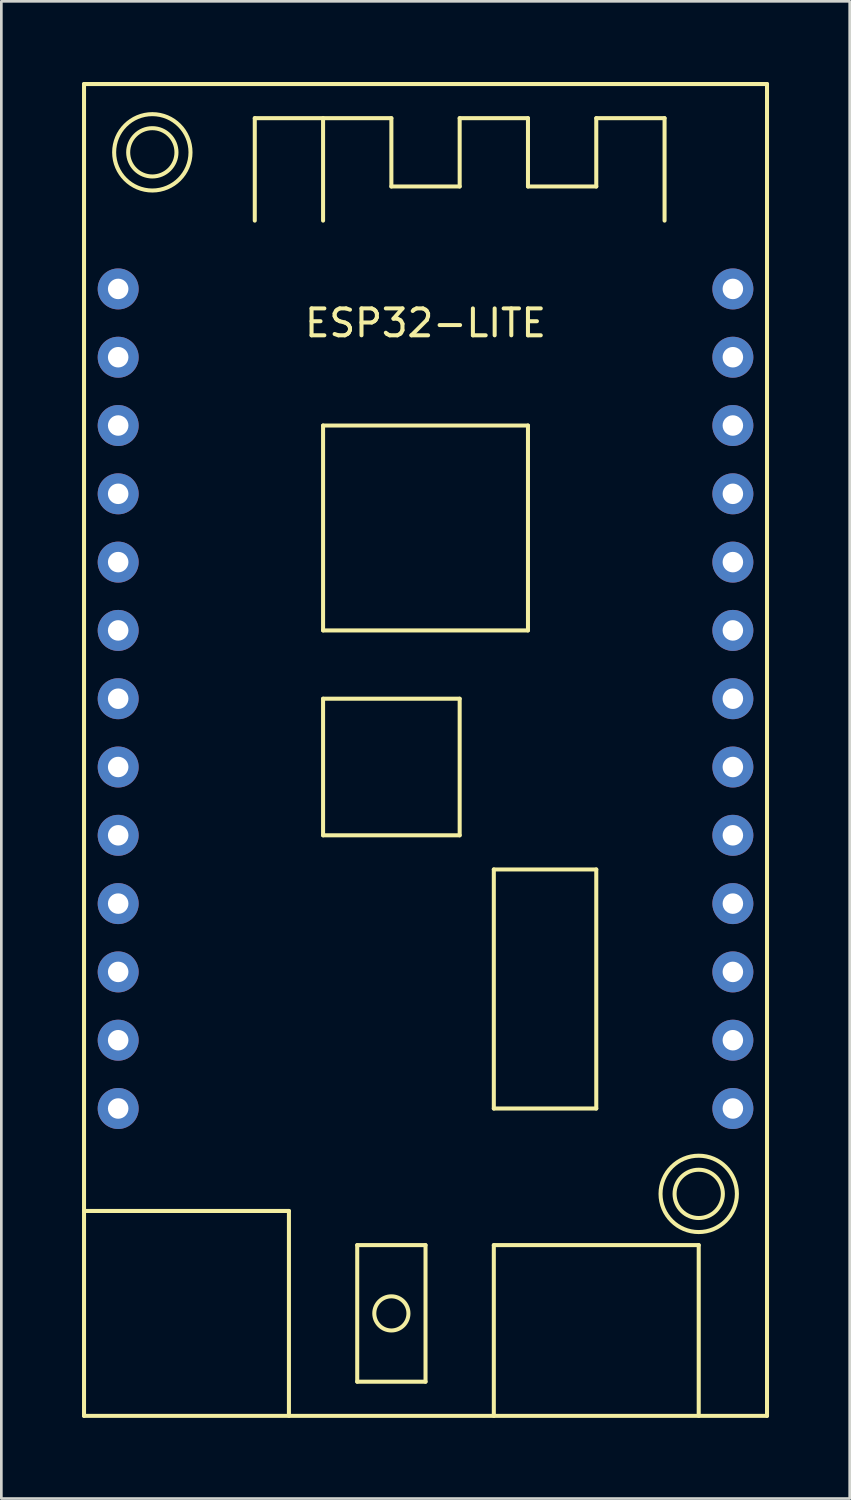
<source format=kicad_pcb>
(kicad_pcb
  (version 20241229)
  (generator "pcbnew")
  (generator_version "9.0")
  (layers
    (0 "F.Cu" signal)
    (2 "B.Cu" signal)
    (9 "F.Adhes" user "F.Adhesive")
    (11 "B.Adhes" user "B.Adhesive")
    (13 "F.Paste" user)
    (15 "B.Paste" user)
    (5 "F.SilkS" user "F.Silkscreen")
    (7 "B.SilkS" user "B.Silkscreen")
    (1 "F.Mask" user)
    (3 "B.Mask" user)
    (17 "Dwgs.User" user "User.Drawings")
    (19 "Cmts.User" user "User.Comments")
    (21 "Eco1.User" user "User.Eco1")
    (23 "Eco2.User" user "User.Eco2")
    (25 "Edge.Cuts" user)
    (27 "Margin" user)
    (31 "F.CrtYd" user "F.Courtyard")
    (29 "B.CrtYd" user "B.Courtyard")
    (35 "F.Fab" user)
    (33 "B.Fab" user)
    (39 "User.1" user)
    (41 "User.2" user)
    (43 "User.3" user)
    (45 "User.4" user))
  (footprint "ESP32-LITE"
    (layer "F.Cu")
    (at 12.775 7.695)
    (property "Reference" "ESP32-LITE" (at 0 1.27 0) (layer "F.SilkS") (effects (font (size 1 1) (thickness 0.15))))
    (attr through_hole)
    (fp_line (start -12.7 -7.62) (end -12.7 41.91) (stroke (width 0.15) (type solid)) (layer "F.SilkS"))
    (fp_line (start -12.7 -7.62) (end 12.7 -7.62) (stroke (width 0.15) (type solid)) (layer "F.SilkS"))
    (fp_line (start -12.7 34.29) (end -5.08 34.29) (stroke (width 0.15) (type solid)) (layer "F.SilkS"))
    (fp_line (start -12.7 41.91) (end 12.7 41.91) (stroke (width 0.15) (type solid)) (layer "F.SilkS"))
    (fp_line (start -6.35 -6.35) (end -6.35 -2.54) (stroke (width 0.15) (type solid)) (layer "F.SilkS"))
    (fp_line (start -6.35 -6.35) (end -1.27 -6.35) (stroke (width 0.15) (type solid)) (layer "F.SilkS"))
    (fp_line (start -5.08 34.29) (end -5.08 41.91) (stroke (width 0.15) (type solid)) (layer "F.SilkS"))
    (fp_line (start -3.81 -6.35) (end -3.81 -2.54) (stroke (width 0.15) (type solid)) (layer "F.SilkS"))
    (fp_line (start -3.81 5.08) (end 3.81 5.08) (stroke (width 0.15) (type solid)) (layer "F.SilkS"))
    (fp_line (start -3.81 12.7) (end -3.81 5.08) (stroke (width 0.15) (type solid)) (layer "F.SilkS"))
    (fp_line (start -3.81 12.7) (end 3.81 12.7) (stroke (width 0.15) (type solid)) (layer "F.SilkS"))
    (fp_line (start -3.81 15.24) (end -3.81 20.32) (stroke (width 0.15) (type solid)) (layer "F.SilkS"))
    (fp_line (start -3.81 20.32) (end 1.27 20.32) (stroke (width 0.15) (type solid)) (layer "F.SilkS"))
    (fp_line (start -2.54 35.56) (end -2.54 40.64) (stroke (width 0.15) (type solid)) (layer "F.SilkS"))
    (fp_line (start -2.54 40.64) (end 0 40.64) (stroke (width 0.15) (type solid)) (layer "F.SilkS"))
    (fp_line (start -1.27 -6.35) (end -1.27 -3.81) (stroke (width 0.15) (type solid)) (layer "F.SilkS"))
    (fp_line (start -1.27 -3.81) (end 1.27 -3.81) (stroke (width 0.15) (type solid)) (layer "F.SilkS"))
    (fp_line (start 0 35.56) (end -2.54 35.56) (stroke (width 0.15) (type solid)) (layer "F.SilkS"))
    (fp_line (start 0 40.64) (end 0 35.56) (stroke (width 0.15) (type solid)) (layer "F.SilkS"))
    (fp_line (start 1.27 -6.35) (end 3.81 -6.35) (stroke (width 0.15) (type solid)) (layer "F.SilkS"))
    (fp_line (start 1.27 -3.81) (end 1.27 -6.35) (stroke (width 0.15) (type solid)) (layer "F.SilkS"))
    (fp_line (start 1.27 15.24) (end -3.81 15.24) (stroke (width 0.15) (type solid)) (layer "F.SilkS"))
    (fp_line (start 1.27 20.32) (end 1.27 15.24) (stroke (width 0.15) (type solid)) (layer "F.SilkS"))
    (fp_line (start 2.54 21.59) (end 6.35 21.59) (stroke (width 0.15) (type solid)) (layer "F.SilkS"))
    (fp_line (start 2.54 30.48) (end 2.54 21.59) (stroke (width 0.15) (type solid)) (layer "F.SilkS"))
    (fp_line (start 2.54 35.56) (end 10.16 35.56) (stroke (width 0.15) (type solid)) (layer "F.SilkS"))
    (fp_line (start 2.54 41.91) (end 2.54 35.56) (stroke (width 0.15) (type solid)) (layer "F.SilkS"))
    (fp_line (start 3.81 -6.35) (end 3.81 -3.81) (stroke (width 0.15) (type solid)) (layer "F.SilkS"))
    (fp_line (start 3.81 -3.81) (end 6.35 -3.81) (stroke (width 0.15) (type solid)) (layer "F.SilkS"))
    (fp_line (start 3.81 5.08) (end 3.81 12.7) (stroke (width 0.15) (type solid)) (layer "F.SilkS"))
    (fp_line (start 6.35 -6.35) (end 8.89 -6.35) (stroke (width 0.15) (type solid)) (layer "F.SilkS"))
    (fp_line (start 6.35 -3.81) (end 6.35 -6.35) (stroke (width 0.15) (type solid)) (layer "F.SilkS"))
    (fp_line (start 6.35 21.59) (end 6.35 30.48) (stroke (width 0.15) (type solid)) (layer "F.SilkS"))
    (fp_line (start 6.35 30.48) (end 2.54 30.48) (stroke (width 0.15) (type solid)) (layer "F.SilkS"))
    (fp_line (start 8.89 -6.35) (end 8.89 -2.54) (stroke (width 0.15) (type solid)) (layer "F.SilkS"))
    (fp_line (start 10.16 35.56) (end 10.16 41.91) (stroke (width 0.15) (type solid)) (layer "F.SilkS"))
    (fp_line (start 12.7 -7.62) (end 12.7 41.91) (stroke (width 0.15) (type solid)) (layer "F.SilkS"))
    (fp_circle (center -10.16 -5.08) (end -9.525 -5.715) (stroke (width 0.15) (type solid)) (fill no) (layer "F.SilkS"))
    (fp_circle (center -10.16 -5.08) (end -8.89 -4.445) (stroke (width 0.15) (type solid)) (fill no) (layer "F.SilkS"))
    (fp_circle (center -1.27 38.1) (end -1.27 37.465) (stroke (width 0.15) (type solid)) (fill no) (layer "F.SilkS"))
    (fp_circle (center 10.16 33.655) (end 10.795 33.02) (stroke (width 0.15) (type solid)) (fill no) (layer "F.SilkS"))
    (fp_circle (center 10.16 33.655) (end 11.43 34.29) (stroke (width 0.15) (type solid)) (fill no) (layer "F.SilkS"))
    (pad "1" thru_hole circle (at -11.43 0) (size 1.524 1.524) (drill 0.762) (layers "*.Cu" "*.Mask"))
    (pad "2" thru_hole circle (at -11.43 2.54) (size 1.524 1.524) (drill 0.762) (layers "*.Cu" "*.Mask"))
    (pad "3" thru_hole circle (at -11.43 5.08) (size 1.524 1.524) (drill 0.762) (layers "*.Cu" "*.Mask"))
    (pad "4" thru_hole circle (at -11.43 7.62) (size 1.524 1.524) (drill 0.762) (layers "*.Cu" "*.Mask"))
    (pad "5" thru_hole circle (at -11.43 10.16) (size 1.524 1.524) (drill 0.762) (layers "*.Cu" "*.Mask"))
    (pad "6" thru_hole circle (at -11.43 12.7) (size 1.524 1.524) (drill 0.762) (layers "*.Cu" "*.Mask"))
    (pad "7" thru_hole circle (at -11.43 15.24) (size 1.524 1.524) (drill 0.762) (layers "*.Cu" "*.Mask"))
    (pad "8" thru_hole circle (at -11.43 17.78) (size 1.524 1.524) (drill 0.762) (layers "*.Cu" "*.Mask"))
    (pad "9" thru_hole circle (at -11.43 20.32) (size 1.524 1.524) (drill 0.762) (layers "*.Cu" "*.Mask"))
    (pad "10" thru_hole circle (at -11.43 22.86) (size 1.524 1.524) (drill 0.762) (layers "*.Cu" "*.Mask"))
    (pad "11" thru_hole circle (at -11.43 25.4) (size 1.524 1.524) (drill 0.762) (layers "*.Cu" "*.Mask"))
    (pad "12" thru_hole circle (at -11.43 27.94) (size 1.524 1.524) (drill 0.762) (layers "*.Cu" "*.Mask"))
    (pad "13" thru_hole circle (at -11.43 30.48) (size 1.524 1.524) (drill 0.762) (layers "*.Cu" "*.Mask"))
    (pad "14" thru_hole circle (at 11.43 30.48) (size 1.524 1.524) (drill 0.762) (layers "*.Cu" "*.Mask"))
    (pad "15" thru_hole circle (at 11.43 27.94) (size 1.524 1.524) (drill 0.762) (layers "*.Cu" "*.Mask"))
    (pad "16" thru_hole circle (at 11.43 25.4) (size 1.524 1.524) (drill 0.762) (layers "*.Cu" "*.Mask"))
    (pad "17" thru_hole circle (at 11.43 22.86) (size 1.524 1.524) (drill 0.762) (layers "*.Cu" "*.Mask"))
    (pad "18" thru_hole circle (at 11.43 20.32) (size 1.524 1.524) (drill 0.762) (layers "*.Cu" "*.Mask"))
    (pad "19" thru_hole circle (at 11.43 17.78) (size 1.524 1.524) (drill 0.762) (layers "*.Cu" "*.Mask"))
    (pad "20" thru_hole circle (at 11.43 15.24) (size 1.524 1.524) (drill 0.762) (layers "*.Cu" "*.Mask"))
    (pad "21" thru_hole circle (at 11.43 12.7) (size 1.524 1.524) (drill 0.762) (layers "*.Cu" "*.Mask"))
    (pad "22" thru_hole circle (at 11.43 10.16) (size 1.524 1.524) (drill 0.762) (layers "*.Cu" "*.Mask"))
    (pad "23" thru_hole circle (at 11.43 7.62) (size 1.524 1.524) (drill 0.762) (layers "*.Cu" "*.Mask"))
    (pad "24" thru_hole circle (at 11.43 5.08) (size 1.524 1.524) (drill 0.762) (layers "*.Cu" "*.Mask"))
    (pad "25" thru_hole circle (at 11.43 2.54) (size 1.524 1.524) (drill 0.762) (layers "*.Cu" "*.Mask"))
    (pad "26" thru_hole circle (at 11.43 0) (size 1.524 1.524) (drill 0.762) (layers "*.Cu" "*.Mask")))
  (gr_rect
    (start -3 -3)
    (end 28.55 52.68)
    (stroke (width 0.1) (type default))
    (fill no)
    (layer "Edge.Cuts")))
</source>
